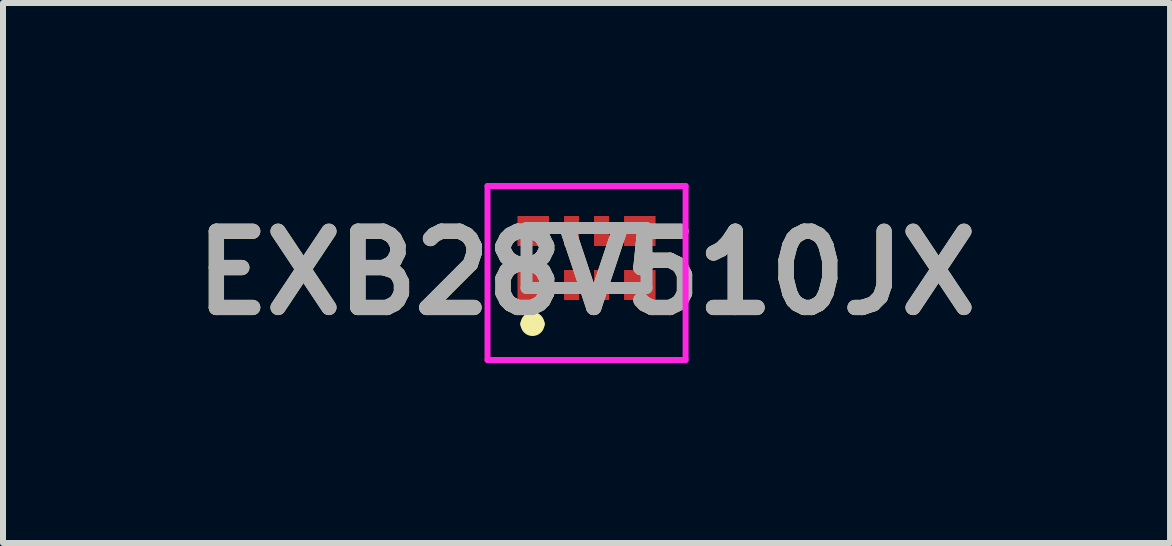
<source format=kicad_pcb>
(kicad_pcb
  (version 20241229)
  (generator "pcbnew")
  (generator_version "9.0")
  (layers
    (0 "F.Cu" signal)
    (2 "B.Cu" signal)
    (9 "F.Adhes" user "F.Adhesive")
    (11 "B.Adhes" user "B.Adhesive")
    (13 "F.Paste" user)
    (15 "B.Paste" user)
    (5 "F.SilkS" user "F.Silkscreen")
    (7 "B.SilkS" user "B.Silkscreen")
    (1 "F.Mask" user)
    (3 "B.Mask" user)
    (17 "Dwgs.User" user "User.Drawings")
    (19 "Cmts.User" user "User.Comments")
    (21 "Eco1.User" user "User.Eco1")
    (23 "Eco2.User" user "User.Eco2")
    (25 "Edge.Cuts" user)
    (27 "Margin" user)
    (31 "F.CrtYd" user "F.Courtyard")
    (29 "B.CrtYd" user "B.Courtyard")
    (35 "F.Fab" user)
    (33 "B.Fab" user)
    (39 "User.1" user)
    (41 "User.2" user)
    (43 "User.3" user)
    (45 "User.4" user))
  (footprint "EXB28V510JX"
    (layer "F.Cu")
    (at 6.725 1.25)
    (property "Reference" "EXB28V510JX" (at 0 0.25 0) (layer "F.SilkS") (effects (font (size 1.27 1.27) (thickness 0.254))))
    (attr smd)
    (fp_line (start -1 -0.1) (end -1 0.1) (stroke (width 0.1) (type solid)) (layer "F.SilkS"))
    (fp_line (start -1 1.1) (end -1 1.1) (stroke (width 0.2) (type solid)) (layer "F.SilkS"))
    (fp_line (start -0.8 1.1) (end -0.8 1.1) (stroke (width 0.2) (type solid)) (layer "F.SilkS"))
    (fp_line (start 1 -0.1) (end 1 0.1) (stroke (width 0.1) (type solid)) (layer "F.SilkS"))
    (fp_arc (start -1 1.1) (mid -0.9 1) (end -0.8 1.1) (stroke (width 0.2) (type solid)) (layer "F.SilkS"))
    (fp_arc (start -0.8 1.1) (mid -0.9 1.2) (end -1 1.1) (stroke (width 0.2) (type solid)) (layer "F.SilkS"))
    (fp_line (start -1.65 -1.2) (end 1.651 -1.2) (stroke (width 0.1) (type solid)) (layer "F.CrtYd"))
    (fp_line (start -1.65 1.7) (end -1.65 -1.2) (stroke (width 0.1) (type solid)) (layer "F.CrtYd"))
    (fp_line (start 1.651 -1.2) (end 1.651 1.7) (stroke (width 0.1) (type solid)) (layer "F.CrtYd"))
    (fp_line (start 1.651 1.7) (end -1.65 1.7) (stroke (width 0.1) (type solid)) (layer "F.CrtYd"))
    (fp_line (start -1 -0.5) (end 1 -0.5) (stroke (width 0.2) (type solid)) (layer "F.Fab"))
    (fp_line (start -1 0.5) (end -1 -0.5) (stroke (width 0.2) (type solid)) (layer "F.Fab"))
    (fp_line (start 1 -0.5) (end 1 0.5) (stroke (width 0.2) (type solid)) (layer "F.Fab"))
    (fp_line (start 1 0.5) (end -1 0.5) (stroke (width 0.2) (type solid)) (layer "F.Fab"))
    (fp_text user "${REFERENCE}" (at 0 0.25 0) (layer "F.Fab") (effects (font (size 1.27 1.27) (thickness 0.254))))
    (pad "1" smd rect (at -0.888 0.45 90) (size 0.5 0.525) (layers "F.Cu" "F.Mask" "F.Paste"))
    (pad "2" smd rect (at -0.25 0.45) (size 0.25 0.5) (layers "F.Cu" "F.Mask" "F.Paste"))
    (pad "3" smd rect (at 0.25 0.45) (size 0.25 0.5) (layers "F.Cu" "F.Mask" "F.Paste"))
    (pad "4" smd rect (at 0.888 0.45 90) (size 0.5 0.525) (layers "F.Cu" "F.Mask" "F.Paste"))
    (pad "5" smd rect (at 0.888 -0.45 90) (size 0.5 0.525) (layers "F.Cu" "F.Mask" "F.Paste"))
    (pad "6" smd rect (at 0.25 -0.45) (size 0.25 0.5) (layers "F.Cu" "F.Mask" "F.Paste"))
    (pad "7" smd rect (at -0.25 -0.45) (size 0.25 0.5) (layers "F.Cu" "F.Mask" "F.Paste"))
    (pad "8" smd rect (at -0.888 -0.45 90) (size 0.5 0.525) (layers "F.Cu" "F.Mask" "F.Paste")))
  (gr_rect
    (start -3 -3)
    (end 16.45 6)
    (stroke (width 0.1) (type default))
    (fill no)
    (layer "Edge.Cuts")))
</source>
